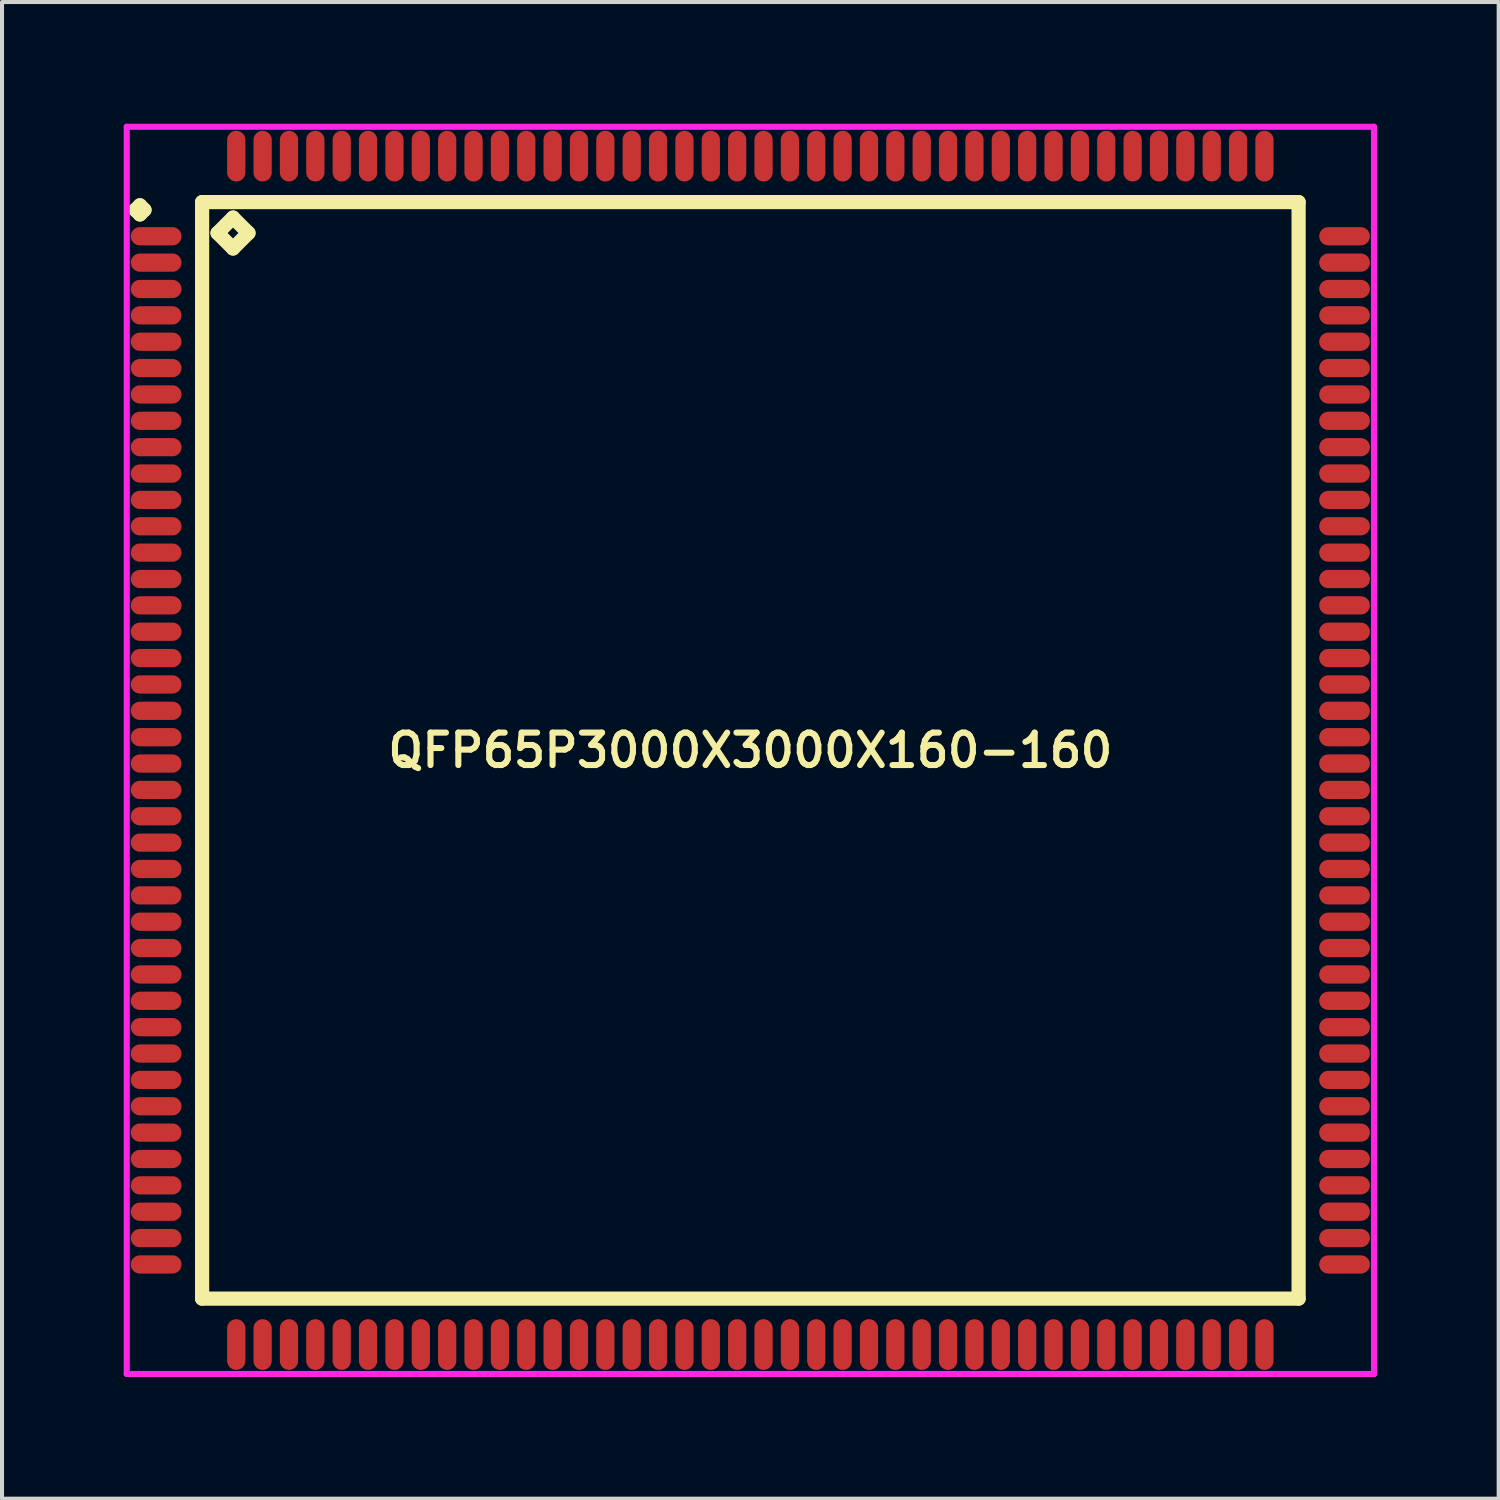
<source format=kicad_pcb>
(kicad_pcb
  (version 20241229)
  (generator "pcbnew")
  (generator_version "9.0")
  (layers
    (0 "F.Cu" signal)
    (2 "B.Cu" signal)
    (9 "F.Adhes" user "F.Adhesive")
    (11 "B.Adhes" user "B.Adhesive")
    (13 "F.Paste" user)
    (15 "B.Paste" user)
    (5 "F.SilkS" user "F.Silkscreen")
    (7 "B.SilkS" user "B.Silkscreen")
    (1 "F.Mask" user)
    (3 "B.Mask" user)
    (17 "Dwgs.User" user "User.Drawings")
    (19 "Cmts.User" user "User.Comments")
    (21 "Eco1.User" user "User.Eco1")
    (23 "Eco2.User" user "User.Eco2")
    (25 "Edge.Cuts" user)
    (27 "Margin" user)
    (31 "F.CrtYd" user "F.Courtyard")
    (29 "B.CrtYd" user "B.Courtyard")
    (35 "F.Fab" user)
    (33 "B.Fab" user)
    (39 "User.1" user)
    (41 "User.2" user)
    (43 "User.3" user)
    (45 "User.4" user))
  (footprint "QFP65P3000X3000X160-160"
    (layer "F.Cu")
    (at 15.45 15.45)
    (property "Reference" "QFP65P3000X3000X160-160" (at 0 0 0) (layer "F.SilkS") (effects (font (size 0.8 0.8) (thickness 0.15))))
    (attr smd)
    (fp_line (start -15.162 -13.325) (end -15.05 -13.438) (stroke (width 0.35) (type solid)) (layer "F.SilkS"))
    (fp_line (start -15.05 -13.438) (end -14.938 -13.325) (stroke (width 0.35) (type solid)) (layer "F.SilkS"))
    (fp_line (start -15.05 -13.213) (end -15.162 -13.325) (stroke (width 0.35) (type solid)) (layer "F.SilkS"))
    (fp_line (start -14.938 -13.325) (end -15.05 -13.213) (stroke (width 0.35) (type solid)) (layer "F.SilkS"))
    (fp_line (start -13.517 -13.517) (end -13.517 13.517) (stroke (width 0.35) (type solid)) (layer "F.SilkS"))
    (fp_line (start -13.517 13.517) (end 13.517 13.517) (stroke (width 0.35) (type solid)) (layer "F.SilkS"))
    (fp_line (start -13.136 -12.755) (end -12.755 -13.136) (stroke (width 0.35) (type solid)) (layer "F.SilkS"))
    (fp_line (start -12.755 -13.136) (end -12.374 -12.755) (stroke (width 0.35) (type solid)) (layer "F.SilkS"))
    (fp_line (start -12.755 -12.374) (end -13.136 -12.755) (stroke (width 0.35) (type solid)) (layer "F.SilkS"))
    (fp_line (start -12.374 -12.755) (end -12.755 -12.374) (stroke (width 0.35) (type solid)) (layer "F.SilkS"))
    (fp_line (start 13.517 -13.517) (end -13.517 -13.517) (stroke (width 0.35) (type solid)) (layer "F.SilkS"))
    (fp_line (start 13.517 13.517) (end 13.517 -13.517) (stroke (width 0.35) (type solid)) (layer "F.SilkS"))
    (fp_line (start -15.375 -15.375) (end 15.375 -15.375) (stroke (width 0.15) (type solid)) (layer "F.CrtYd"))
    (fp_line (start -15.375 15.375) (end -15.375 -15.375) (stroke (width 0.15) (type solid)) (layer "F.CrtYd"))
    (fp_line (start 15.375 -15.375) (end 15.375 15.375) (stroke (width 0.15) (type solid)) (layer "F.CrtYd"))
    (fp_line (start 15.375 15.375) (end -15.375 15.375) (stroke (width 0.15) (type solid)) (layer "F.CrtYd"))
    (pad "1" smd oval (at -14.65 -12.675) (size 1.25 0.45) (layers "F.Cu" "F.Mask" "F.Paste"))
    (pad "2" smd oval (at -14.65 -12.025) (size 1.25 0.45) (layers "F.Cu" "F.Mask" "F.Paste"))
    (pad "3" smd oval (at -14.65 -11.375) (size 1.25 0.45) (layers "F.Cu" "F.Mask" "F.Paste"))
    (pad "4" smd oval (at -14.65 -10.725) (size 1.25 0.45) (layers "F.Cu" "F.Mask" "F.Paste"))
    (pad "5" smd oval (at -14.65 -10.075) (size 1.25 0.45) (layers "F.Cu" "F.Mask" "F.Paste"))
    (pad "6" smd oval (at -14.65 -9.425) (size 1.25 0.45) (layers "F.Cu" "F.Mask" "F.Paste"))
    (pad "7" smd oval (at -14.65 -8.775) (size 1.25 0.45) (layers "F.Cu" "F.Mask" "F.Paste"))
    (pad "8" smd oval (at -14.65 -8.125) (size 1.25 0.45) (layers "F.Cu" "F.Mask" "F.Paste"))
    (pad "9" smd oval (at -14.65 -7.475) (size 1.25 0.45) (layers "F.Cu" "F.Mask" "F.Paste"))
    (pad "10" smd oval (at -14.65 -6.825) (size 1.25 0.45) (layers "F.Cu" "F.Mask" "F.Paste"))
    (pad "11" smd oval (at -14.65 -6.175) (size 1.25 0.45) (layers "F.Cu" "F.Mask" "F.Paste"))
    (pad "12" smd oval (at -14.65 -5.525) (size 1.25 0.45) (layers "F.Cu" "F.Mask" "F.Paste"))
    (pad "13" smd oval (at -14.65 -4.875) (size 1.25 0.45) (layers "F.Cu" "F.Mask" "F.Paste"))
    (pad "14" smd oval (at -14.65 -4.225) (size 1.25 0.45) (layers "F.Cu" "F.Mask" "F.Paste"))
    (pad "15" smd oval (at -14.65 -3.575) (size 1.25 0.45) (layers "F.Cu" "F.Mask" "F.Paste"))
    (pad "16" smd oval (at -14.65 -2.925) (size 1.25 0.45) (layers "F.Cu" "F.Mask" "F.Paste"))
    (pad "17" smd oval (at -14.65 -2.275) (size 1.25 0.45) (layers "F.Cu" "F.Mask" "F.Paste"))
    (pad "18" smd oval (at -14.65 -1.625) (size 1.25 0.45) (layers "F.Cu" "F.Mask" "F.Paste"))
    (pad "19" smd oval (at -14.65 -0.975) (size 1.25 0.45) (layers "F.Cu" "F.Mask" "F.Paste"))
    (pad "20" smd oval (at -14.65 -0.325) (size 1.25 0.45) (layers "F.Cu" "F.Mask" "F.Paste"))
    (pad "21" smd oval (at -14.65 0.325) (size 1.25 0.45) (layers "F.Cu" "F.Mask" "F.Paste"))
    (pad "22" smd oval (at -14.65 0.975) (size 1.25 0.45) (layers "F.Cu" "F.Mask" "F.Paste"))
    (pad "23" smd oval (at -14.65 1.625) (size 1.25 0.45) (layers "F.Cu" "F.Mask" "F.Paste"))
    (pad "24" smd oval (at -14.65 2.275) (size 1.25 0.45) (layers "F.Cu" "F.Mask" "F.Paste"))
    (pad "25" smd oval (at -14.65 2.925) (size 1.25 0.45) (layers "F.Cu" "F.Mask" "F.Paste"))
    (pad "26" smd oval (at -14.65 3.575) (size 1.25 0.45) (layers "F.Cu" "F.Mask" "F.Paste"))
    (pad "27" smd oval (at -14.65 4.225) (size 1.25 0.45) (layers "F.Cu" "F.Mask" "F.Paste"))
    (pad "28" smd oval (at -14.65 4.875) (size 1.25 0.45) (layers "F.Cu" "F.Mask" "F.Paste"))
    (pad "29" smd oval (at -14.65 5.525) (size 1.25 0.45) (layers "F.Cu" "F.Mask" "F.Paste"))
    (pad "30" smd oval (at -14.65 6.175) (size 1.25 0.45) (layers "F.Cu" "F.Mask" "F.Paste"))
    (pad "31" smd oval (at -14.65 6.825) (size 1.25 0.45) (layers "F.Cu" "F.Mask" "F.Paste"))
    (pad "32" smd oval (at -14.65 7.475) (size 1.25 0.45) (layers "F.Cu" "F.Mask" "F.Paste"))
    (pad "33" smd oval (at -14.65 8.125) (size 1.25 0.45) (layers "F.Cu" "F.Mask" "F.Paste"))
    (pad "34" smd oval (at -14.65 8.775) (size 1.25 0.45) (layers "F.Cu" "F.Mask" "F.Paste"))
    (pad "35" smd oval (at -14.65 9.425) (size 1.25 0.45) (layers "F.Cu" "F.Mask" "F.Paste"))
    (pad "36" smd oval (at -14.65 10.075) (size 1.25 0.45) (layers "F.Cu" "F.Mask" "F.Paste"))
    (pad "37" smd oval (at -14.65 10.725) (size 1.25 0.45) (layers "F.Cu" "F.Mask" "F.Paste"))
    (pad "38" smd oval (at -14.65 11.375) (size 1.25 0.45) (layers "F.Cu" "F.Mask" "F.Paste"))
    (pad "39" smd oval (at -14.65 12.025) (size 1.25 0.45) (layers "F.Cu" "F.Mask" "F.Paste"))
    (pad "40" smd oval (at -14.65 12.675) (size 1.25 0.45) (layers "F.Cu" "F.Mask" "F.Paste"))
    (pad "41" smd oval (at -12.675 14.65) (size 0.45 1.25) (layers "F.Cu" "F.Mask" "F.Paste"))
    (pad "42" smd oval (at -12.025 14.65) (size 0.45 1.25) (layers "F.Cu" "F.Mask" "F.Paste"))
    (pad "43" smd oval (at -11.375 14.65) (size 0.45 1.25) (layers "F.Cu" "F.Mask" "F.Paste"))
    (pad "44" smd oval (at -10.725 14.65) (size 0.45 1.25) (layers "F.Cu" "F.Mask" "F.Paste"))
    (pad "45" smd oval (at -10.075 14.65) (size 0.45 1.25) (layers "F.Cu" "F.Mask" "F.Paste"))
    (pad "46" smd oval (at -9.425 14.65) (size 0.45 1.25) (layers "F.Cu" "F.Mask" "F.Paste"))
    (pad "47" smd oval (at -8.775 14.65) (size 0.45 1.25) (layers "F.Cu" "F.Mask" "F.Paste"))
    (pad "48" smd oval (at -8.125 14.65) (size 0.45 1.25) (layers "F.Cu" "F.Mask" "F.Paste"))
    (pad "49" smd oval (at -7.475 14.65) (size 0.45 1.25) (layers "F.Cu" "F.Mask" "F.Paste"))
    (pad "50" smd oval (at -6.825 14.65) (size 0.45 1.25) (layers "F.Cu" "F.Mask" "F.Paste"))
    (pad "51" smd oval (at -6.175 14.65) (size 0.45 1.25) (layers "F.Cu" "F.Mask" "F.Paste"))
    (pad "52" smd oval (at -5.525 14.65) (size 0.45 1.25) (layers "F.Cu" "F.Mask" "F.Paste"))
    (pad "53" smd oval (at -4.875 14.65) (size 0.45 1.25) (layers "F.Cu" "F.Mask" "F.Paste"))
    (pad "54" smd oval (at -4.225 14.65) (size 0.45 1.25) (layers "F.Cu" "F.Mask" "F.Paste"))
    (pad "55" smd oval (at -3.575 14.65) (size 0.45 1.25) (layers "F.Cu" "F.Mask" "F.Paste"))
    (pad "56" smd oval (at -2.925 14.65) (size 0.45 1.25) (layers "F.Cu" "F.Mask" "F.Paste"))
    (pad "57" smd oval (at -2.275 14.65) (size 0.45 1.25) (layers "F.Cu" "F.Mask" "F.Paste"))
    (pad "58" smd oval (at -1.625 14.65) (size 0.45 1.25) (layers "F.Cu" "F.Mask" "F.Paste"))
    (pad "59" smd oval (at -0.975 14.65) (size 0.45 1.25) (layers "F.Cu" "F.Mask" "F.Paste"))
    (pad "60" smd oval (at -0.325 14.65) (size 0.45 1.25) (layers "F.Cu" "F.Mask" "F.Paste"))
    (pad "61" smd oval (at 0.325 14.65) (size 0.45 1.25) (layers "F.Cu" "F.Mask" "F.Paste"))
    (pad "62" smd oval (at 0.975 14.65) (size 0.45 1.25) (layers "F.Cu" "F.Mask" "F.Paste"))
    (pad "63" smd oval (at 1.625 14.65) (size 0.45 1.25) (layers "F.Cu" "F.Mask" "F.Paste"))
    (pad "64" smd oval (at 2.275 14.65) (size 0.45 1.25) (layers "F.Cu" "F.Mask" "F.Paste"))
    (pad "65" smd oval (at 2.925 14.65) (size 0.45 1.25) (layers "F.Cu" "F.Mask" "F.Paste"))
    (pad "66" smd oval (at 3.575 14.65) (size 0.45 1.25) (layers "F.Cu" "F.Mask" "F.Paste"))
    (pad "67" smd oval (at 4.225 14.65) (size 0.45 1.25) (layers "F.Cu" "F.Mask" "F.Paste"))
    (pad "68" smd oval (at 4.875 14.65) (size 0.45 1.25) (layers "F.Cu" "F.Mask" "F.Paste"))
    (pad "69" smd oval (at 5.525 14.65) (size 0.45 1.25) (layers "F.Cu" "F.Mask" "F.Paste"))
    (pad "70" smd oval (at 6.175 14.65) (size 0.45 1.25) (layers "F.Cu" "F.Mask" "F.Paste"))
    (pad "71" smd oval (at 6.825 14.65) (size 0.45 1.25) (layers "F.Cu" "F.Mask" "F.Paste"))
    (pad "72" smd oval (at 7.475 14.65) (size 0.45 1.25) (layers "F.Cu" "F.Mask" "F.Paste"))
    (pad "73" smd oval (at 8.125 14.65) (size 0.45 1.25) (layers "F.Cu" "F.Mask" "F.Paste"))
    (pad "74" smd oval (at 8.775 14.65) (size 0.45 1.25) (layers "F.Cu" "F.Mask" "F.Paste"))
    (pad "75" smd oval (at 9.425 14.65) (size 0.45 1.25) (layers "F.Cu" "F.Mask" "F.Paste"))
    (pad "76" smd oval (at 10.075 14.65) (size 0.45 1.25) (layers "F.Cu" "F.Mask" "F.Paste"))
    (pad "77" smd oval (at 10.725 14.65) (size 0.45 1.25) (layers "F.Cu" "F.Mask" "F.Paste"))
    (pad "78" smd oval (at 11.375 14.65) (size 0.45 1.25) (layers "F.Cu" "F.Mask" "F.Paste"))
    (pad "79" smd oval (at 12.025 14.65) (size 0.45 1.25) (layers "F.Cu" "F.Mask" "F.Paste"))
    (pad "80" smd oval (at 12.675 14.65) (size 0.45 1.25) (layers "F.Cu" "F.Mask" "F.Paste"))
    (pad "81" smd oval (at 14.65 12.675) (size 1.25 0.45) (layers "F.Cu" "F.Mask" "F.Paste"))
    (pad "82" smd oval (at 14.65 12.025) (size 1.25 0.45) (layers "F.Cu" "F.Mask" "F.Paste"))
    (pad "83" smd oval (at 14.65 11.375) (size 1.25 0.45) (layers "F.Cu" "F.Mask" "F.Paste"))
    (pad "84" smd oval (at 14.65 10.725) (size 1.25 0.45) (layers "F.Cu" "F.Mask" "F.Paste"))
    (pad "85" smd oval (at 14.65 10.075) (size 1.25 0.45) (layers "F.Cu" "F.Mask" "F.Paste"))
    (pad "86" smd oval (at 14.65 9.425) (size 1.25 0.45) (layers "F.Cu" "F.Mask" "F.Paste"))
    (pad "87" smd oval (at 14.65 8.775) (size 1.25 0.45) (layers "F.Cu" "F.Mask" "F.Paste"))
    (pad "88" smd oval (at 14.65 8.125) (size 1.25 0.45) (layers "F.Cu" "F.Mask" "F.Paste"))
    (pad "89" smd oval (at 14.65 7.475) (size 1.25 0.45) (layers "F.Cu" "F.Mask" "F.Paste"))
    (pad "90" smd oval (at 14.65 6.825) (size 1.25 0.45) (layers "F.Cu" "F.Mask" "F.Paste"))
    (pad "91" smd oval (at 14.65 6.175) (size 1.25 0.45) (layers "F.Cu" "F.Mask" "F.Paste"))
    (pad "92" smd oval (at 14.65 5.525) (size 1.25 0.45) (layers "F.Cu" "F.Mask" "F.Paste"))
    (pad "93" smd oval (at 14.65 4.875) (size 1.25 0.45) (layers "F.Cu" "F.Mask" "F.Paste"))
    (pad "94" smd oval (at 14.65 4.225) (size 1.25 0.45) (layers "F.Cu" "F.Mask" "F.Paste"))
    (pad "95" smd oval (at 14.65 3.575) (size 1.25 0.45) (layers "F.Cu" "F.Mask" "F.Paste"))
    (pad "96" smd oval (at 14.65 2.925) (size 1.25 0.45) (layers "F.Cu" "F.Mask" "F.Paste"))
    (pad "97" smd oval (at 14.65 2.275) (size 1.25 0.45) (layers "F.Cu" "F.Mask" "F.Paste"))
    (pad "98" smd oval (at 14.65 1.625) (size 1.25 0.45) (layers "F.Cu" "F.Mask" "F.Paste"))
    (pad "99" smd oval (at 14.65 0.975) (size 1.25 0.45) (layers "F.Cu" "F.Mask" "F.Paste"))
    (pad "100" smd oval (at 14.65 0.325) (size 1.25 0.45) (layers "F.Cu" "F.Mask" "F.Paste"))
    (pad "101" smd oval (at 14.65 -0.325) (size 1.25 0.45) (layers "F.Cu" "F.Mask" "F.Paste"))
    (pad "102" smd oval (at 14.65 -0.975) (size 1.25 0.45) (layers "F.Cu" "F.Mask" "F.Paste"))
    (pad "103" smd oval (at 14.65 -1.625) (size 1.25 0.45) (layers "F.Cu" "F.Mask" "F.Paste"))
    (pad "104" smd oval (at 14.65 -2.275) (size 1.25 0.45) (layers "F.Cu" "F.Mask" "F.Paste"))
    (pad "105" smd oval (at 14.65 -2.925) (size 1.25 0.45) (layers "F.Cu" "F.Mask" "F.Paste"))
    (pad "106" smd oval (at 14.65 -3.575) (size 1.25 0.45) (layers "F.Cu" "F.Mask" "F.Paste"))
    (pad "107" smd oval (at 14.65 -4.225) (size 1.25 0.45) (layers "F.Cu" "F.Mask" "F.Paste"))
    (pad "108" smd oval (at 14.65 -4.875) (size 1.25 0.45) (layers "F.Cu" "F.Mask" "F.Paste"))
    (pad "109" smd oval (at 14.65 -5.525) (size 1.25 0.45) (layers "F.Cu" "F.Mask" "F.Paste"))
    (pad "110" smd oval (at 14.65 -6.175) (size 1.25 0.45) (layers "F.Cu" "F.Mask" "F.Paste"))
    (pad "111" smd oval (at 14.65 -6.825) (size 1.25 0.45) (layers "F.Cu" "F.Mask" "F.Paste"))
    (pad "112" smd oval (at 14.65 -7.475) (size 1.25 0.45) (layers "F.Cu" "F.Mask" "F.Paste"))
    (pad "113" smd oval (at 14.65 -8.125) (size 1.25 0.45) (layers "F.Cu" "F.Mask" "F.Paste"))
    (pad "114" smd oval (at 14.65 -8.775) (size 1.25 0.45) (layers "F.Cu" "F.Mask" "F.Paste"))
    (pad "115" smd oval (at 14.65 -9.425) (size 1.25 0.45) (layers "F.Cu" "F.Mask" "F.Paste"))
    (pad "116" smd oval (at 14.65 -10.075) (size 1.25 0.45) (layers "F.Cu" "F.Mask" "F.Paste"))
    (pad "117" smd oval (at 14.65 -10.725) (size 1.25 0.45) (layers "F.Cu" "F.Mask" "F.Paste"))
    (pad "118" smd oval (at 14.65 -11.375) (size 1.25 0.45) (layers "F.Cu" "F.Mask" "F.Paste"))
    (pad "119" smd oval (at 14.65 -12.025) (size 1.25 0.45) (layers "F.Cu" "F.Mask" "F.Paste"))
    (pad "120" smd oval (at 14.65 -12.675) (size 1.25 0.45) (layers "F.Cu" "F.Mask" "F.Paste"))
    (pad "121" smd oval (at 12.675 -14.65) (size 0.45 1.25) (layers "F.Cu" "F.Mask" "F.Paste"))
    (pad "122" smd oval (at 12.025 -14.65) (size 0.45 1.25) (layers "F.Cu" "F.Mask" "F.Paste"))
    (pad "123" smd oval (at 11.375 -14.65) (size 0.45 1.25) (layers "F.Cu" "F.Mask" "F.Paste"))
    (pad "124" smd oval (at 10.725 -14.65) (size 0.45 1.25) (layers "F.Cu" "F.Mask" "F.Paste"))
    (pad "125" smd oval (at 10.075 -14.65) (size 0.45 1.25) (layers "F.Cu" "F.Mask" "F.Paste"))
    (pad "126" smd oval (at 9.425 -14.65) (size 0.45 1.25) (layers "F.Cu" "F.Mask" "F.Paste"))
    (pad "127" smd oval (at 8.775 -14.65) (size 0.45 1.25) (layers "F.Cu" "F.Mask" "F.Paste"))
    (pad "128" smd oval (at 8.125 -14.65) (size 0.45 1.25) (layers "F.Cu" "F.Mask" "F.Paste"))
    (pad "129" smd oval (at 7.475 -14.65) (size 0.45 1.25) (layers "F.Cu" "F.Mask" "F.Paste"))
    (pad "130" smd oval (at 6.825 -14.65) (size 0.45 1.25) (layers "F.Cu" "F.Mask" "F.Paste"))
    (pad "131" smd oval (at 6.175 -14.65) (size 0.45 1.25) (layers "F.Cu" "F.Mask" "F.Paste"))
    (pad "132" smd oval (at 5.525 -14.65) (size 0.45 1.25) (layers "F.Cu" "F.Mask" "F.Paste"))
    (pad "133" smd oval (at 4.875 -14.65) (size 0.45 1.25) (layers "F.Cu" "F.Mask" "F.Paste"))
    (pad "134" smd oval (at 4.225 -14.65) (size 0.45 1.25) (layers "F.Cu" "F.Mask" "F.Paste"))
    (pad "135" smd oval (at 3.575 -14.65) (size 0.45 1.25) (layers "F.Cu" "F.Mask" "F.Paste"))
    (pad "136" smd oval (at 2.925 -14.65) (size 0.45 1.25) (layers "F.Cu" "F.Mask" "F.Paste"))
    (pad "137" smd oval (at 2.275 -14.65) (size 0.45 1.25) (layers "F.Cu" "F.Mask" "F.Paste"))
    (pad "138" smd oval (at 1.625 -14.65) (size 0.45 1.25) (layers "F.Cu" "F.Mask" "F.Paste"))
    (pad "139" smd oval (at 0.975 -14.65) (size 0.45 1.25) (layers "F.Cu" "F.Mask" "F.Paste"))
    (pad "140" smd oval (at 0.325 -14.65) (size 0.45 1.25) (layers "F.Cu" "F.Mask" "F.Paste"))
    (pad "141" smd oval (at -0.325 -14.65) (size 0.45 1.25) (layers "F.Cu" "F.Mask" "F.Paste"))
    (pad "142" smd oval (at -0.975 -14.65) (size 0.45 1.25) (layers "F.Cu" "F.Mask" "F.Paste"))
    (pad "143" smd oval (at -1.625 -14.65) (size 0.45 1.25) (layers "F.Cu" "F.Mask" "F.Paste"))
    (pad "144" smd oval (at -2.275 -14.65) (size 0.45 1.25) (layers "F.Cu" "F.Mask" "F.Paste"))
    (pad "145" smd oval (at -2.925 -14.65) (size 0.45 1.25) (layers "F.Cu" "F.Mask" "F.Paste"))
    (pad "146" smd oval (at -3.575 -14.65) (size 0.45 1.25) (layers "F.Cu" "F.Mask" "F.Paste"))
    (pad "147" smd oval (at -4.225 -14.65) (size 0.45 1.25) (layers "F.Cu" "F.Mask" "F.Paste"))
    (pad "148" smd oval (at -4.875 -14.65) (size 0.45 1.25) (layers "F.Cu" "F.Mask" "F.Paste"))
    (pad "149" smd oval (at -5.525 -14.65) (size 0.45 1.25) (layers "F.Cu" "F.Mask" "F.Paste"))
    (pad "150" smd oval (at -6.175 -14.65) (size 0.45 1.25) (layers "F.Cu" "F.Mask" "F.Paste"))
    (pad "151" smd oval (at -6.825 -14.65) (size 0.45 1.25) (layers "F.Cu" "F.Mask" "F.Paste"))
    (pad "152" smd oval (at -7.475 -14.65) (size 0.45 1.25) (layers "F.Cu" "F.Mask" "F.Paste"))
    (pad "153" smd oval (at -8.125 -14.65) (size 0.45 1.25) (layers "F.Cu" "F.Mask" "F.Paste"))
    (pad "154" smd oval (at -8.775 -14.65) (size 0.45 1.25) (layers "F.Cu" "F.Mask" "F.Paste"))
    (pad "155" smd oval (at -9.425 -14.65) (size 0.45 1.25) (layers "F.Cu" "F.Mask" "F.Paste"))
    (pad "156" smd oval (at -10.075 -14.65) (size 0.45 1.25) (layers "F.Cu" "F.Mask" "F.Paste"))
    (pad "157" smd oval (at -10.725 -14.65) (size 0.45 1.25) (layers "F.Cu" "F.Mask" "F.Paste"))
    (pad "158" smd oval (at -11.375 -14.65) (size 0.45 1.25) (layers "F.Cu" "F.Mask" "F.Paste"))
    (pad "159" smd oval (at -12.025 -14.65) (size 0.45 1.25) (layers "F.Cu" "F.Mask" "F.Paste"))
    (pad "160" smd oval (at -12.675 -14.65) (size 0.45 1.25) (layers "F.Cu" "F.Mask" "F.Paste")))
  (gr_rect
    (start -3 -3)
    (end 33.9 33.9)
    (stroke (width 0.1) (type default))
    (fill no)
    (layer "Edge.Cuts")))
</source>
